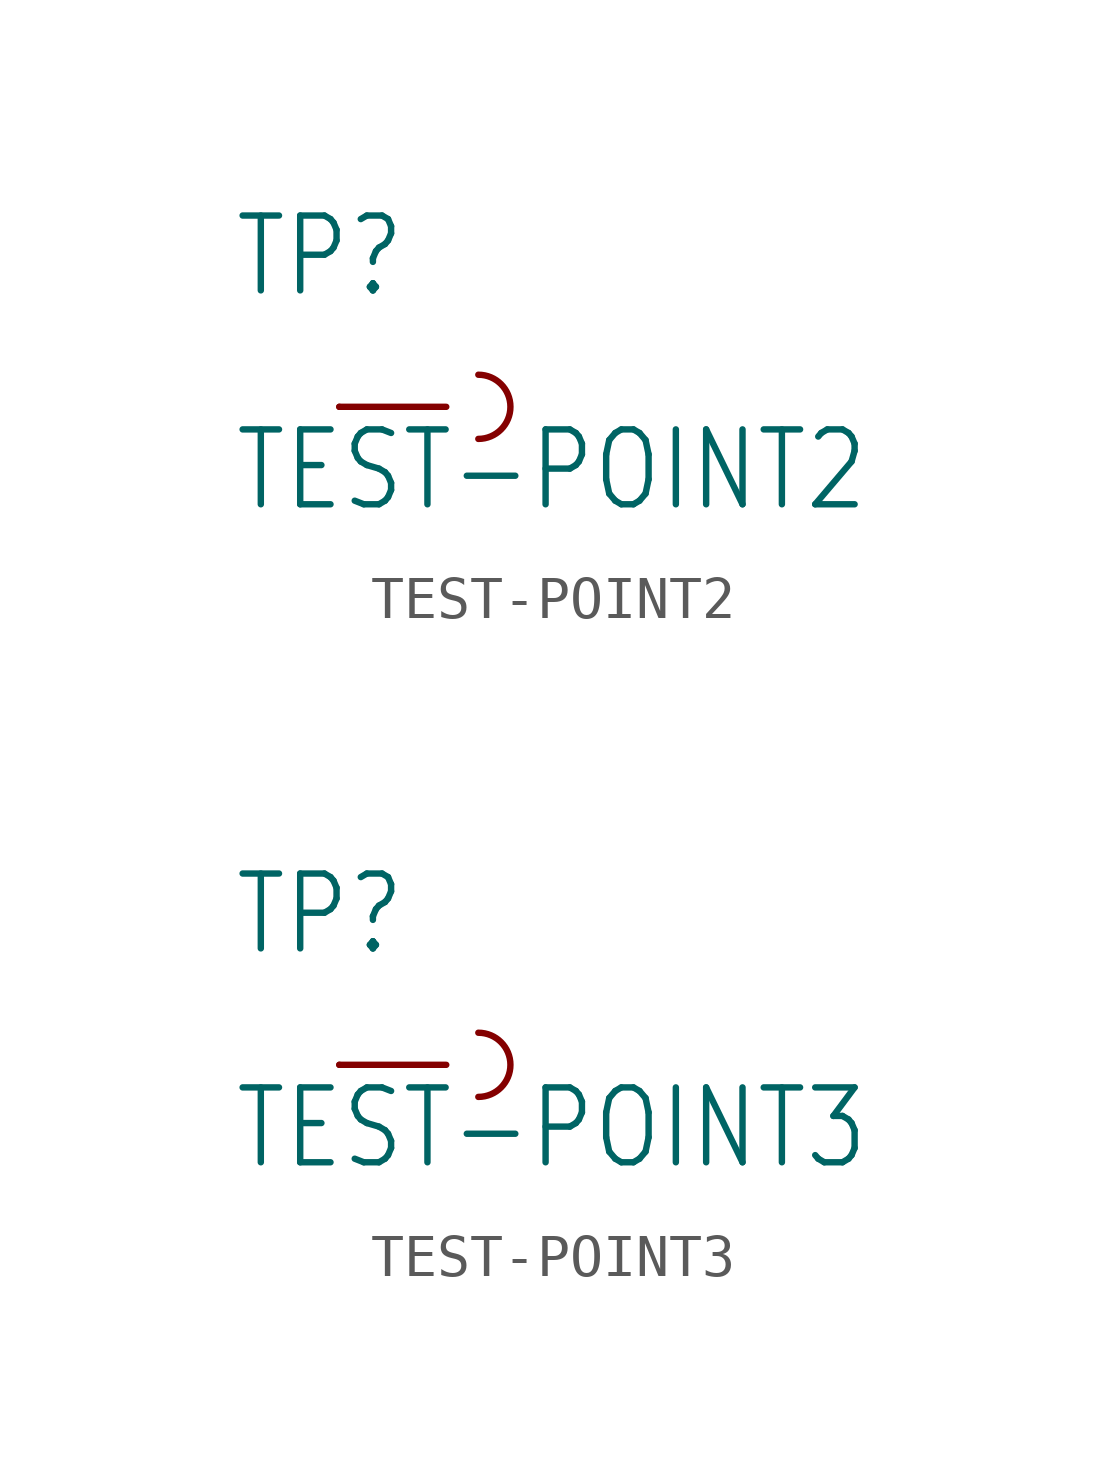
<source format=kicad_sym>
(kicad_symbol_lib
  (version 20211014)
  (generator kicad_symbol_editor)
  (symbol "TEST-POINT2"
    (property "Reference" "TP"
      (at -2.54 2.54 0)
      (effects (font (size 1.778 1.511)) (justify left bottom)))
    (property "Value" "TEST-POINT2"
      (at -2.54 -2.54 0)
      (effects (font (size 1.778 1.511)) (justify left bottom)))
    (property "ki_locked" ""
      (at 0 0 0)
      (effects (font (size 1.27 1.27))))
    (symbol "TEST-POINT2_1_0"
      (polyline (pts (xy 2.54 0) (xy 0 0)) (stroke (width 0.152) (type default) (color 0 0 0 0)) (fill (type none)))
      (arc (start 3.302 -0.762) (mid 4.064 0) (end 3.302 0.762) (stroke (width 0.1524) (type default) (color 0 0 0 0)) (fill (type none)))
      (pin bidirectional line (at 0 0 180) (length 0) (name "1" (effects (font (size 0 0)))) (number "P$1" (effects (font (size 0 0)))))))
  (symbol "TEST-POINT3"
    (property "Reference" "TP"
      (at -2.54 2.54 0)
      (effects (font (size 1.778 1.511)) (justify left bottom)))
    (property "Value" "TEST-POINT3"
      (at -2.54 -2.54 0)
      (effects (font (size 1.778 1.511)) (justify left bottom)))
    (property "ki_locked" ""
      (at 0 0 0)
      (effects (font (size 1.27 1.27))))
    (symbol "TEST-POINT3_1_0"
      (polyline (pts (xy 2.54 0) (xy 0 0)) (stroke (width 0.152) (type default) (color 0 0 0 0)) (fill (type none)))
      (arc (start 3.302 -0.762) (mid 4.064 0) (end 3.302 0.762) (stroke (width 0.1524) (type default) (color 0 0 0 0)) (fill (type none)))
      (pin bidirectional line (at 0 0 180) (length 0) (name "1" (effects (font (size 0 0)))) (number "P$1" (effects (font (size 0 0))))))))
</source>
